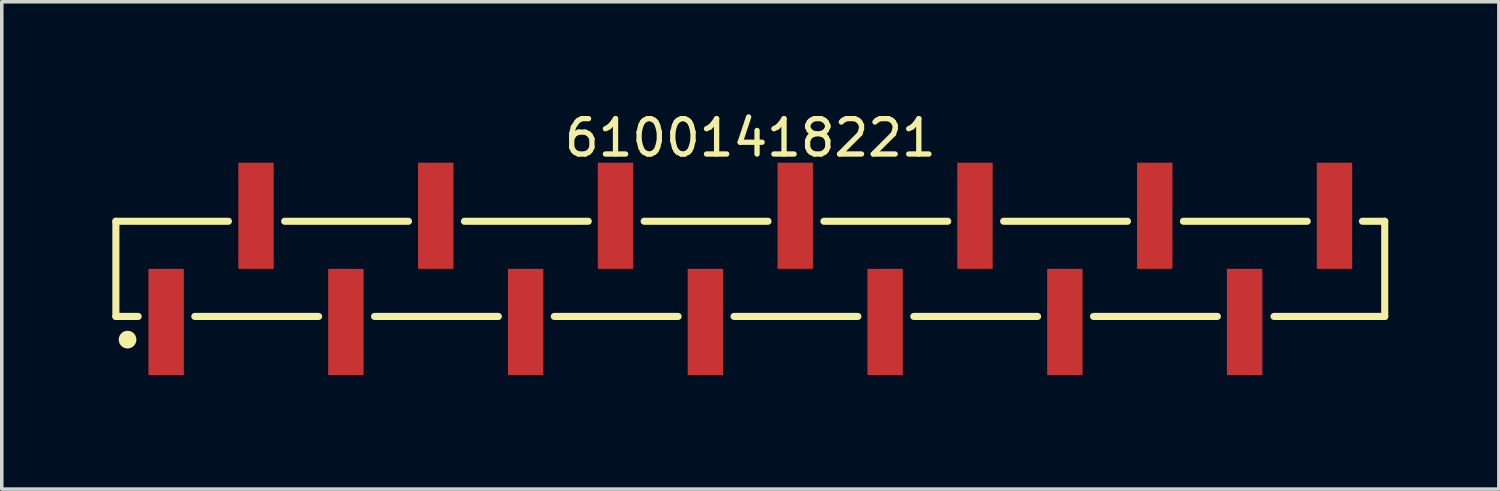
<source format=kicad_pcb>
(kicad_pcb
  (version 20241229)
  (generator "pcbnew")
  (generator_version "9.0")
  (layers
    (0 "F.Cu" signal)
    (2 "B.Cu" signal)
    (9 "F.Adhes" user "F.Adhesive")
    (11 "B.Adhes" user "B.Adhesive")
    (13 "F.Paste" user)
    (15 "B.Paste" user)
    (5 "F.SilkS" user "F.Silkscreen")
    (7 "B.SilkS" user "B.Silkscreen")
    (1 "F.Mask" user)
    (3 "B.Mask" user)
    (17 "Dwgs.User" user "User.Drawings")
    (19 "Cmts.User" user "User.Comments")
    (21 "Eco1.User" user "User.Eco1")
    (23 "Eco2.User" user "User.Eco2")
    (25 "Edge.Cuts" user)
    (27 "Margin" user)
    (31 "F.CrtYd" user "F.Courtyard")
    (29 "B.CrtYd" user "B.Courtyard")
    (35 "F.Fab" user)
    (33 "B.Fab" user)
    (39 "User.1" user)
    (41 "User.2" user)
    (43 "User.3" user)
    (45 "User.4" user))
  (footprint "61001418221"
    (layer "F.Cu")
    (at 18.155 4.548)
    (property "Reference" "61001418221" (at 0 -3.7 0) (layer "F.SilkS") (effects (font (size 1 1) (thickness 0.15))))
    (fp_line (start -17.93 -1.345) (end -14.75 -1.345) (stroke (width 0.2) (type solid)) (layer "F.SilkS"))
    (fp_line (start -17.93 1.345) (end -17.93 -1.345) (stroke (width 0.2) (type solid)) (layer "F.SilkS"))
    (fp_line (start -17.93 1.345) (end -17.3 1.345) (stroke (width 0.2) (type solid)) (layer "F.SilkS"))
    (fp_line (start -15.7 1.345) (end -12.2 1.345) (stroke (width 0.2) (type solid)) (layer "F.SilkS"))
    (fp_line (start -13.16 -1.345) (end -9.66 -1.345) (stroke (width 0.2) (type solid)) (layer "F.SilkS"))
    (fp_line (start -10.62 1.345) (end -7.12 1.345) (stroke (width 0.2) (type solid)) (layer "F.SilkS"))
    (fp_line (start -8.08 -1.345) (end -4.58 -1.345) (stroke (width 0.2) (type solid)) (layer "F.SilkS"))
    (fp_line (start -5.54 1.345) (end -2.04 1.345) (stroke (width 0.2) (type solid)) (layer "F.SilkS"))
    (fp_line (start -3 -1.345) (end 0.5 -1.345) (stroke (width 0.2) (type solid)) (layer "F.SilkS"))
    (fp_line (start -0.46 1.345) (end 3.04 1.345) (stroke (width 0.2) (type solid)) (layer "F.SilkS"))
    (fp_line (start 2.08 -1.345) (end 5.58 -1.345) (stroke (width 0.2) (type solid)) (layer "F.SilkS"))
    (fp_line (start 4.62 1.345) (end 8.12 1.345) (stroke (width 0.2) (type solid)) (layer "F.SilkS"))
    (fp_line (start 7.16 -1.345) (end 10.66 -1.345) (stroke (width 0.2) (type solid)) (layer "F.SilkS"))
    (fp_line (start 9.7 1.345) (end 13.2 1.345) (stroke (width 0.2) (type solid)) (layer "F.SilkS"))
    (fp_line (start 12.24 -1.345) (end 15.74 -1.345) (stroke (width 0.2) (type solid)) (layer "F.SilkS"))
    (fp_line (start 14.8 1.345) (end 17.93 1.345) (stroke (width 0.2) (type solid)) (layer "F.SilkS"))
    (fp_line (start 17.3 -1.345) (end 17.93 -1.345) (stroke (width 0.2) (type solid)) (layer "F.SilkS"))
    (fp_line (start 17.93 1.345) (end 17.93 -1.345) (stroke (width 0.2) (type solid)) (layer "F.SilkS"))
    (fp_circle (center -17.6 2) (end -17.6 1.875) (stroke (width 0.25) (type solid)) (fill no) (layer "F.SilkS"))
    (fp_line (start -18.13 -3.2) (end 18.13 -3.2) (stroke (width 0.05) (type solid)) (layer "Eco2.User"))
    (fp_line (start -18.13 3.2) (end -18.13 -3.2) (stroke (width 0.05) (type solid)) (layer "Eco2.User"))
    (fp_line (start -18.13 3.2) (end 18.13 3.2) (stroke (width 0.05) (type solid)) (layer "Eco2.User"))
    (fp_line (start -17.78 -1.27) (end 17.78 -1.27) (stroke (width 0.1) (type solid)) (layer "Eco2.User"))
    (fp_line (start -17.78 1.27) (end -17.78 -1.27) (stroke (width 0.1) (type solid)) (layer "Eco2.User"))
    (fp_line (start -17.78 1.27) (end 17.78 1.27) (stroke (width 0.1) (type solid)) (layer "Eco2.User"))
    (fp_line (start -16.83 2.5) (end -16.83 1.27) (stroke (width 0.1) (type solid)) (layer "Eco2.User"))
    (fp_line (start -16.83 2.5) (end -16.19 2.5) (stroke (width 0.1) (type solid)) (layer "Eco2.User"))
    (fp_line (start -16.19 2.5) (end -16.19 1.27) (stroke (width 0.1) (type solid)) (layer "Eco2.User"))
    (fp_line (start -14.29 -2.5) (end -13.65 -2.5) (stroke (width 0.1) (type solid)) (layer "Eco2.User"))
    (fp_line (start -14.29 -1.27) (end -14.29 -2.5) (stroke (width 0.1) (type solid)) (layer "Eco2.User"))
    (fp_line (start -13.65 -1.27) (end -13.65 -2.5) (stroke (width 0.1) (type solid)) (layer "Eco2.User"))
    (fp_line (start -11.75 2.5) (end -11.75 1.27) (stroke (width 0.1) (type solid)) (layer "Eco2.User"))
    (fp_line (start -11.75 2.5) (end -11.11 2.5) (stroke (width 0.1) (type solid)) (layer "Eco2.User"))
    (fp_line (start -11.11 2.5) (end -11.11 1.27) (stroke (width 0.1) (type solid)) (layer "Eco2.User"))
    (fp_line (start -9.21 -2.5) (end -8.57 -2.5) (stroke (width 0.1) (type solid)) (layer "Eco2.User"))
    (fp_line (start -9.21 -1.27) (end -9.21 -2.5) (stroke (width 0.1) (type solid)) (layer "Eco2.User"))
    (fp_line (start -8.57 -1.27) (end -8.57 -2.5) (stroke (width 0.1) (type solid)) (layer "Eco2.User"))
    (fp_line (start -6.67 2.5) (end -6.67 1.27) (stroke (width 0.1) (type solid)) (layer "Eco2.User"))
    (fp_line (start -6.67 2.5) (end -6.03 2.5) (stroke (width 0.1) (type solid)) (layer "Eco2.User"))
    (fp_line (start -6.03 2.5) (end -6.03 1.27) (stroke (width 0.1) (type solid)) (layer "Eco2.User"))
    (fp_line (start -4.13 -2.5) (end -3.49 -2.5) (stroke (width 0.1) (type solid)) (layer "Eco2.User"))
    (fp_line (start -4.13 -1.27) (end -4.13 -2.5) (stroke (width 0.1) (type solid)) (layer "Eco2.User"))
    (fp_line (start -3.49 -1.27) (end -3.49 -2.5) (stroke (width 0.1) (type solid)) (layer "Eco2.User"))
    (fp_line (start -1.59 2.5) (end -1.59 1.27) (stroke (width 0.1) (type solid)) (layer "Eco2.User"))
    (fp_line (start -1.59 2.5) (end -0.95 2.5) (stroke (width 0.1) (type solid)) (layer "Eco2.User"))
    (fp_line (start -0.95 2.5) (end -0.95 1.27) (stroke (width 0.1) (type solid)) (layer "Eco2.User"))
    (fp_line (start -0.5 0) (end 0.5 0) (stroke (width 0.05) (type solid)) (layer "Eco2.User"))
    (fp_line (start 0 0.5) (end 0 -0.5) (stroke (width 0.05) (type solid)) (layer "Eco2.User"))
    (fp_line (start 0.95 -2.5) (end 1.59 -2.5) (stroke (width 0.1) (type solid)) (layer "Eco2.User"))
    (fp_line (start 0.95 -1.27) (end 0.95 -2.5) (stroke (width 0.1) (type solid)) (layer "Eco2.User"))
    (fp_line (start 1.59 -1.27) (end 1.59 -2.5) (stroke (width 0.1) (type solid)) (layer "Eco2.User"))
    (fp_line (start 3.49 2.5) (end 3.49 1.27) (stroke (width 0.1) (type solid)) (layer "Eco2.User"))
    (fp_line (start 3.49 2.5) (end 4.13 2.5) (stroke (width 0.1) (type solid)) (layer "Eco2.User"))
    (fp_line (start 4.13 2.5) (end 4.13 1.27) (stroke (width 0.1) (type solid)) (layer "Eco2.User"))
    (fp_line (start 6.03 -2.5) (end 6.67 -2.5) (stroke (width 0.1) (type solid)) (layer "Eco2.User"))
    (fp_line (start 6.03 -1.27) (end 6.03 -2.5) (stroke (width 0.1) (type solid)) (layer "Eco2.User"))
    (fp_line (start 6.67 -1.27) (end 6.67 -2.5) (stroke (width 0.1) (type solid)) (layer "Eco2.User"))
    (fp_line (start 8.57 2.5) (end 8.57 1.27) (stroke (width 0.1) (type solid)) (layer "Eco2.User"))
    (fp_line (start 8.57 2.5) (end 9.21 2.5) (stroke (width 0.1) (type solid)) (layer "Eco2.User"))
    (fp_line (start 9.21 2.5) (end 9.21 1.27) (stroke (width 0.1) (type solid)) (layer "Eco2.User"))
    (fp_line (start 11.11 -2.5) (end 11.75 -2.5) (stroke (width 0.1) (type solid)) (layer "Eco2.User"))
    (fp_line (start 11.11 -1.27) (end 11.11 -2.5) (stroke (width 0.1) (type solid)) (layer "Eco2.User"))
    (fp_line (start 11.75 -1.27) (end 11.75 -2.5) (stroke (width 0.1) (type solid)) (layer "Eco2.User"))
    (fp_line (start 13.65 2.5) (end 13.65 1.27) (stroke (width 0.1) (type solid)) (layer "Eco2.User"))
    (fp_line (start 13.65 2.5) (end 14.29 2.5) (stroke (width 0.1) (type solid)) (layer "Eco2.User"))
    (fp_line (start 14.29 2.5) (end 14.29 1.27) (stroke (width 0.1) (type solid)) (layer "Eco2.User"))
    (fp_line (start 16.19 -2.5) (end 16.83 -2.5) (stroke (width 0.1) (type solid)) (layer "Eco2.User"))
    (fp_line (start 16.19 -1.27) (end 16.19 -2.5) (stroke (width 0.1) (type solid)) (layer "Eco2.User"))
    (fp_line (start 16.83 -1.27) (end 16.83 -2.5) (stroke (width 0.1) (type solid)) (layer "Eco2.User"))
    (fp_line (start 17.78 1.27) (end 17.78 -1.27) (stroke (width 0.1) (type solid)) (layer "Eco2.User"))
    (fp_line (start 18.13 3.2) (end 18.13 -3.2) (stroke (width 0.05) (type solid)) (layer "Eco2.User"))
    (fp_text user "${REFERENCE}" (at 0.15 -0.197 0) (unlocked yes) (layer "User.3") (effects (font (size 1.5 1.5) (thickness 0.15))))
    (pad "1" smd rect (at -16.51 1.5) (size 1 3) (layers "F.Cu" "F.Mask" "F.Paste"))
    (pad "2" smd rect (at -13.97 -1.5) (size 1 3) (layers "F.Cu" "F.Mask" "F.Paste"))
    (pad "3" smd rect (at -11.43 1.5) (size 1 3) (layers "F.Cu" "F.Mask" "F.Paste"))
    (pad "4" smd rect (at -8.89 -1.5) (size 1 3) (layers "F.Cu" "F.Mask" "F.Paste"))
    (pad "5" smd rect (at -6.35 1.5) (size 1 3) (layers "F.Cu" "F.Mask" "F.Paste"))
    (pad "6" smd rect (at -3.81 -1.5) (size 1 3) (layers "F.Cu" "F.Mask" "F.Paste"))
    (pad "7" smd rect (at -1.27 1.5) (size 1 3) (layers "F.Cu" "F.Mask" "F.Paste"))
    (pad "8" smd rect (at 1.27 -1.5) (size 1 3) (layers "F.Cu" "F.Mask" "F.Paste"))
    (pad "9" smd rect (at 3.81 1.5) (size 1 3) (layers "F.Cu" "F.Mask" "F.Paste"))
    (pad "10" smd rect (at 6.35 -1.5) (size 1 3) (layers "F.Cu" "F.Mask" "F.Paste"))
    (pad "11" smd rect (at 8.89 1.5) (size 1 3) (layers "F.Cu" "F.Mask" "F.Paste"))
    (pad "12" smd rect (at 11.43 -1.5) (size 1 3) (layers "F.Cu" "F.Mask" "F.Paste"))
    (pad "13" smd rect (at 13.97 1.5) (size 1 3) (layers "F.Cu" "F.Mask" "F.Paste"))
    (pad "14" smd rect (at 16.51 -1.5) (size 1 3) (layers "F.Cu" "F.Mask" "F.Paste")))
  (gr_rect
    (start -3 -3)
    (end 39.31 10.773)
    (stroke (width 0.1) (type default))
    (fill no)
    (layer "Edge.Cuts")))
</source>
